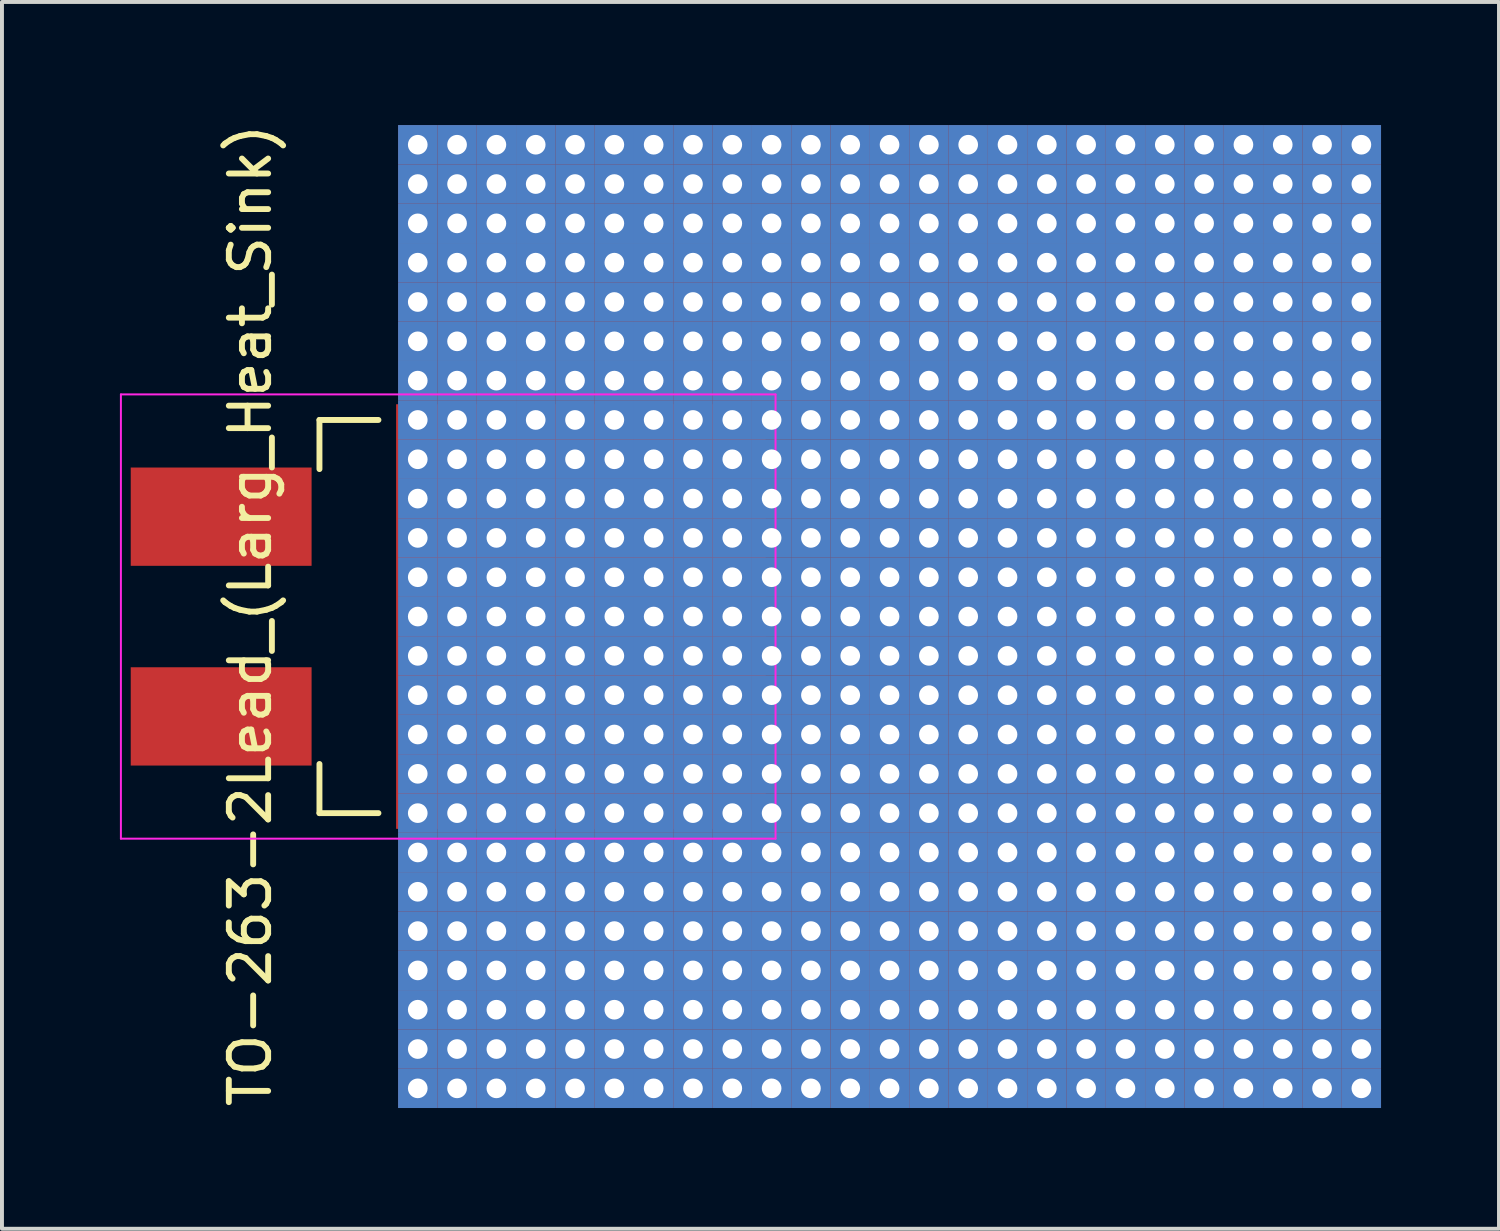
<source format=kicad_pcb>
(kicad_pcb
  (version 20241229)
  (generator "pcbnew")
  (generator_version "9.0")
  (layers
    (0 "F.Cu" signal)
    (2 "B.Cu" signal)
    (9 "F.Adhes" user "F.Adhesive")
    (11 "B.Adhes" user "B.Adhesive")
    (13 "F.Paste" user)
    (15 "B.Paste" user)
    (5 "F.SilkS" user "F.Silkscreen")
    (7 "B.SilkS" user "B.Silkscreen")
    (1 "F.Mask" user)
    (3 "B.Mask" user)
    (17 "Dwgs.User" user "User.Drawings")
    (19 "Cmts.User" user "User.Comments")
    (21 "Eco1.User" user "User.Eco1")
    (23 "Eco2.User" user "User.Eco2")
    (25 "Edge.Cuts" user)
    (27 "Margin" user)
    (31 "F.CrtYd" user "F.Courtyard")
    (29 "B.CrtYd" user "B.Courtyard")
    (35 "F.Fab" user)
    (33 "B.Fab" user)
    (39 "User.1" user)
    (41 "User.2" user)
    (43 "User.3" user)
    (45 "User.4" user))
  (footprint "TO-263-2Lead_(Larg_Heat_Sink)"
    (layer "F.Cu")
    (at 2.575 12.631)
    (property "Reference" "TO-263-2Lead_(Larg_Heat_Sink)" (at 0.74 -0.03 90) (layer "F.SilkS") (effects (font (size 1 1) (thickness 0.15))))
    (attr smd)
    (fp_line (start 2.5 -5) (end 2.5 -3.75) (stroke (width 0.15) (type solid)) (layer "F.SilkS"))
    (fp_line (start 2.5 -5) (end 4 -5) (stroke (width 0.15) (type solid)) (layer "F.SilkS"))
    (fp_line (start 2.5 5) (end 2.5 3.75) (stroke (width 0.15) (type solid)) (layer "F.SilkS"))
    (fp_line (start 2.5 5) (end 4 5) (stroke (width 0.15) (type solid)) (layer "F.SilkS"))
    (fp_line (start -2.55 -5.65) (end -2.55 5.65) (stroke (width 0.05) (type solid)) (layer "F.CrtYd"))
    (fp_line (start 14.1 -5.65) (end -2.55 -5.65) (stroke (width 0.05) (type solid)) (layer "F.CrtYd"))
    (fp_line (start 14.1 -5.65) (end 14.1 5.65) (stroke (width 0.05) (type solid)) (layer "F.CrtYd"))
    (fp_line (start 14.1 5.65) (end -2.55 5.65) (stroke (width 0.05) (type solid)) (layer "F.CrtYd"))
    (pad "1" smd rect (at 0 -2.54) (size 4.6 2.5) (layers "F.Cu" "F.Mask" "F.Paste"))
    (pad "3" smd rect (at 0 2.54) (size 4.6 2.5) (layers "F.Cu" "F.Mask" "F.Paste"))
    (pad "4" thru_hole rect (at 5 -12) (size 1 1) (drill 0.5) (layers "*.Cu" "*.Mask"))
    (pad "4" thru_hole rect (at 5 -11) (size 1 1) (drill 0.5) (layers "*.Cu" "*.Mask"))
    (pad "4" thru_hole rect (at 5 -10) (size 1 1) (drill 0.5) (layers "*.Cu" "*.Mask"))
    (pad "4" thru_hole rect (at 5 -9) (size 1 1) (drill 0.5) (layers "*.Cu" "*.Mask"))
    (pad "4" thru_hole rect (at 5 -8) (size 1 1) (drill 0.5) (layers "*.Cu" "*.Mask"))
    (pad "4" thru_hole rect (at 5 -7) (size 1 1) (drill 0.5) (layers "*.Cu" "*.Mask"))
    (pad "4" thru_hole rect (at 5 -6) (size 1 1) (drill 0.5) (layers "*.Cu" "*.Mask"))
    (pad "4" thru_hole rect (at 5 -5) (size 1 1) (drill 0.5) (layers "*.Cu" "*.Mask"))
    (pad "4" thru_hole rect (at 5 -4) (size 1 1) (drill 0.5) (layers "*.Cu" "*.Mask"))
    (pad "4" thru_hole rect (at 5 -3) (size 1 1) (drill 0.5) (layers "*.Cu" "*.Mask"))
    (pad "4" thru_hole rect (at 5 -2) (size 1 1) (drill 0.5) (layers "*.Cu" "*.Mask"))
    (pad "4" thru_hole rect (at 5 -1) (size 1 1) (drill 0.5) (layers "*.Cu" "*.Mask"))
    (pad "4" thru_hole rect (at 5 0) (size 1 1) (drill 0.5) (layers "*.Cu" "*.Mask"))
    (pad "4" thru_hole rect (at 5 1) (size 1 1) (drill 0.5) (layers "*.Cu" "*.Mask"))
    (pad "4" thru_hole rect (at 5 2) (size 1 1) (drill 0.5) (layers "*.Cu" "*.Mask"))
    (pad "4" thru_hole rect (at 5 3) (size 1 1) (drill 0.5) (layers "*.Cu" "*.Mask"))
    (pad "4" thru_hole rect (at 5 4) (size 1 1) (drill 0.5) (layers "*.Cu" "*.Mask"))
    (pad "4" thru_hole rect (at 5 5) (size 1 1) (drill 0.5) (layers "*.Cu" "*.Mask"))
    (pad "4" thru_hole rect (at 5 6) (size 1 1) (drill 0.5) (layers "*.Cu" "*.Mask"))
    (pad "4" thru_hole rect (at 5 7) (size 1 1) (drill 0.5) (layers "*.Cu" "*.Mask"))
    (pad "4" thru_hole rect (at 5 8) (size 1 1) (drill 0.5) (layers "*.Cu" "*.Mask"))
    (pad "4" thru_hole rect (at 5 9) (size 1 1) (drill 0.5) (layers "*.Cu" "*.Mask"))
    (pad "4" thru_hole rect (at 5 10) (size 1 1) (drill 0.5) (layers "*.Cu" "*.Mask"))
    (pad "4" thru_hole rect (at 5 11) (size 1 1) (drill 0.5) (layers "*.Cu" "*.Mask"))
    (pad "4" thru_hole rect (at 5 12) (size 1 1) (drill 0.5) (layers "*.Cu" "*.Mask"))
    (pad "4" thru_hole rect (at 6 -12) (size 1 1) (drill 0.5) (layers "*.Cu" "*.Mask"))
    (pad "4" thru_hole rect (at 6 -11) (size 1 1) (drill 0.5) (layers "*.Cu" "*.Mask"))
    (pad "4" thru_hole rect (at 6 -10) (size 1 1) (drill 0.5) (layers "*.Cu" "*.Mask"))
    (pad "4" thru_hole rect (at 6 -9) (size 1 1) (drill 0.5) (layers "*.Cu" "*.Mask"))
    (pad "4" thru_hole rect (at 6 -8) (size 1 1) (drill 0.5) (layers "*.Cu" "*.Mask"))
    (pad "4" thru_hole rect (at 6 -7) (size 1 1) (drill 0.5) (layers "*.Cu" "*.Mask"))
    (pad "4" thru_hole rect (at 6 -6) (size 1 1) (drill 0.5) (layers "*.Cu" "*.Mask"))
    (pad "4" thru_hole rect (at 6 -5) (size 1 1) (drill 0.5) (layers "*.Cu" "*.Mask"))
    (pad "4" thru_hole rect (at 6 -4) (size 1 1) (drill 0.5) (layers "*.Cu" "*.Mask"))
    (pad "4" thru_hole rect (at 6 -3) (size 1 1) (drill 0.5) (layers "*.Cu" "*.Mask"))
    (pad "4" thru_hole rect (at 6 -2) (size 1 1) (drill 0.5) (layers "*.Cu" "*.Mask"))
    (pad "4" thru_hole rect (at 6 -1) (size 1 1) (drill 0.5) (layers "*.Cu" "*.Mask"))
    (pad "4" thru_hole rect (at 6 0) (size 1 1) (drill 0.5) (layers "*.Cu" "*.Mask"))
    (pad "4" thru_hole rect (at 6 1) (size 1 1) (drill 0.5) (layers "*.Cu" "*.Mask"))
    (pad "4" thru_hole rect (at 6 2) (size 1 1) (drill 0.5) (layers "*.Cu" "*.Mask"))
    (pad "4" thru_hole rect (at 6 3) (size 1 1) (drill 0.5) (layers "*.Cu" "*.Mask"))
    (pad "4" thru_hole rect (at 6 4) (size 1 1) (drill 0.5) (layers "*.Cu" "*.Mask"))
    (pad "4" thru_hole rect (at 6 5) (size 1 1) (drill 0.5) (layers "*.Cu" "*.Mask"))
    (pad "4" thru_hole rect (at 6 6) (size 1 1) (drill 0.5) (layers "*.Cu" "*.Mask"))
    (pad "4" thru_hole rect (at 6 7) (size 1 1) (drill 0.5) (layers "*.Cu" "*.Mask"))
    (pad "4" thru_hole rect (at 6 8) (size 1 1) (drill 0.5) (layers "*.Cu" "*.Mask"))
    (pad "4" thru_hole rect (at 6 9) (size 1 1) (drill 0.5) (layers "*.Cu" "*.Mask"))
    (pad "4" thru_hole rect (at 6 10) (size 1 1) (drill 0.5) (layers "*.Cu" "*.Mask"))
    (pad "4" thru_hole rect (at 6 11) (size 1 1) (drill 0.5) (layers "*.Cu" "*.Mask"))
    (pad "4" thru_hole rect (at 6 12) (size 1 1) (drill 0.5) (layers "*.Cu" "*.Mask"))
    (pad "4" thru_hole rect (at 7 -12) (size 1 1) (drill 0.5) (layers "*.Cu" "*.Mask"))
    (pad "4" thru_hole rect (at 7 -11) (size 1 1) (drill 0.5) (layers "*.Cu" "*.Mask"))
    (pad "4" thru_hole rect (at 7 -10) (size 1 1) (drill 0.5) (layers "*.Cu" "*.Mask"))
    (pad "4" thru_hole rect (at 7 -9) (size 1 1) (drill 0.5) (layers "*.Cu" "*.Mask"))
    (pad "4" thru_hole rect (at 7 -8) (size 1 1) (drill 0.5) (layers "*.Cu" "*.Mask"))
    (pad "4" thru_hole rect (at 7 -7) (size 1 1) (drill 0.5) (layers "*.Cu" "*.Mask"))
    (pad "4" thru_hole rect (at 7 -6) (size 1 1) (drill 0.5) (layers "*.Cu" "*.Mask"))
    (pad "4" thru_hole rect (at 7 -5) (size 1 1) (drill 0.5) (layers "*.Cu" "*.Mask"))
    (pad "4" thru_hole rect (at 7 -4) (size 1 1) (drill 0.5) (layers "*.Cu" "*.Mask"))
    (pad "4" thru_hole rect (at 7 -3) (size 1 1) (drill 0.5) (layers "*.Cu" "*.Mask"))
    (pad "4" thru_hole rect (at 7 -2) (size 1 1) (drill 0.5) (layers "*.Cu" "*.Mask"))
    (pad "4" thru_hole rect (at 7 -1) (size 1 1) (drill 0.5) (layers "*.Cu" "*.Mask"))
    (pad "4" thru_hole rect (at 7 0) (size 1 1) (drill 0.5) (layers "*.Cu" "*.Mask"))
    (pad "4" thru_hole rect (at 7 1) (size 1 1) (drill 0.5) (layers "*.Cu" "*.Mask"))
    (pad "4" thru_hole rect (at 7 2) (size 1 1) (drill 0.5) (layers "*.Cu" "*.Mask"))
    (pad "4" thru_hole rect (at 7 3) (size 1 1) (drill 0.5) (layers "*.Cu" "*.Mask"))
    (pad "4" thru_hole rect (at 7 4) (size 1 1) (drill 0.5) (layers "*.Cu" "*.Mask"))
    (pad "4" thru_hole rect (at 7 5) (size 1 1) (drill 0.5) (layers "*.Cu" "*.Mask"))
    (pad "4" thru_hole rect (at 7 6) (size 1 1) (drill 0.5) (layers "*.Cu" "*.Mask"))
    (pad "4" thru_hole rect (at 7 7) (size 1 1) (drill 0.5) (layers "*.Cu" "*.Mask"))
    (pad "4" thru_hole rect (at 7 8) (size 1 1) (drill 0.5) (layers "*.Cu" "*.Mask"))
    (pad "4" thru_hole rect (at 7 9) (size 1 1) (drill 0.5) (layers "*.Cu" "*.Mask"))
    (pad "4" thru_hole rect (at 7 10) (size 1 1) (drill 0.5) (layers "*.Cu" "*.Mask"))
    (pad "4" thru_hole rect (at 7 11) (size 1 1) (drill 0.5) (layers "*.Cu" "*.Mask"))
    (pad "4" thru_hole rect (at 7 12) (size 1 1) (drill 0.5) (layers "*.Cu" "*.Mask"))
    (pad "4" thru_hole rect (at 8 -12) (size 1 1) (drill 0.5) (layers "*.Cu" "*.Mask"))
    (pad "4" thru_hole rect (at 8 -11) (size 1 1) (drill 0.5) (layers "*.Cu" "*.Mask"))
    (pad "4" thru_hole rect (at 8 -10) (size 1 1) (drill 0.5) (layers "*.Cu" "*.Mask"))
    (pad "4" thru_hole rect (at 8 -9) (size 1 1) (drill 0.5) (layers "*.Cu" "*.Mask"))
    (pad "4" thru_hole rect (at 8 -8) (size 1 1) (drill 0.5) (layers "*.Cu" "*.Mask"))
    (pad "4" thru_hole rect (at 8 -7) (size 1 1) (drill 0.5) (layers "*.Cu" "*.Mask"))
    (pad "4" thru_hole rect (at 8 -6) (size 1 1) (drill 0.5) (layers "*.Cu" "*.Mask"))
    (pad "4" thru_hole rect (at 8 -5) (size 1 1) (drill 0.5) (layers "*.Cu" "*.Mask"))
    (pad "4" thru_hole rect (at 8 -4) (size 1 1) (drill 0.5) (layers "*.Cu" "*.Mask"))
    (pad "4" thru_hole rect (at 8 -3) (size 1 1) (drill 0.5) (layers "*.Cu" "*.Mask"))
    (pad "4" thru_hole rect (at 8 -2) (size 1 1) (drill 0.5) (layers "*.Cu" "*.Mask"))
    (pad "4" thru_hole rect (at 8 -1) (size 1 1) (drill 0.5) (layers "*.Cu" "*.Mask"))
    (pad "4" thru_hole rect (at 8 0) (size 1 1) (drill 0.5) (layers "*.Cu" "*.Mask"))
    (pad "4" thru_hole rect (at 8 1) (size 1 1) (drill 0.5) (layers "*.Cu" "*.Mask"))
    (pad "4" thru_hole rect (at 8 2) (size 1 1) (drill 0.5) (layers "*.Cu" "*.Mask"))
    (pad "4" thru_hole rect (at 8 3) (size 1 1) (drill 0.5) (layers "*.Cu" "*.Mask"))
    (pad "4" thru_hole rect (at 8 4) (size 1 1) (drill 0.5) (layers "*.Cu" "*.Mask"))
    (pad "4" thru_hole rect (at 8 5) (size 1 1) (drill 0.5) (layers "*.Cu" "*.Mask"))
    (pad "4" thru_hole rect (at 8 6) (size 1 1) (drill 0.5) (layers "*.Cu" "*.Mask"))
    (pad "4" thru_hole rect (at 8 7) (size 1 1) (drill 0.5) (layers "*.Cu" "*.Mask"))
    (pad "4" thru_hole rect (at 8 8) (size 1 1) (drill 0.5) (layers "*.Cu" "*.Mask"))
    (pad "4" thru_hole rect (at 8 9) (size 1 1) (drill 0.5) (layers "*.Cu" "*.Mask"))
    (pad "4" thru_hole rect (at 8 10) (size 1 1) (drill 0.5) (layers "*.Cu" "*.Mask"))
    (pad "4" thru_hole rect (at 8 11) (size 1 1) (drill 0.5) (layers "*.Cu" "*.Mask"))
    (pad "4" thru_hole rect (at 8 12) (size 1 1) (drill 0.5) (layers "*.Cu" "*.Mask"))
    (pad "4" thru_hole rect (at 9 -12) (size 1 1) (drill 0.5) (layers "*.Cu" "*.Mask"))
    (pad "4" thru_hole rect (at 9 -11) (size 1 1) (drill 0.5) (layers "*.Cu" "*.Mask"))
    (pad "4" thru_hole rect (at 9 -10) (size 1 1) (drill 0.5) (layers "*.Cu" "*.Mask"))
    (pad "4" thru_hole rect (at 9 -9) (size 1 1) (drill 0.5) (layers "*.Cu" "*.Mask"))
    (pad "4" thru_hole rect (at 9 -8) (size 1 1) (drill 0.5) (layers "*.Cu" "*.Mask"))
    (pad "4" thru_hole rect (at 9 -7) (size 1 1) (drill 0.5) (layers "*.Cu" "*.Mask"))
    (pad "4" thru_hole rect (at 9 -6) (size 1 1) (drill 0.5) (layers "*.Cu" "*.Mask"))
    (pad "4" thru_hole rect (at 9 -5) (size 1 1) (drill 0.5) (layers "*.Cu" "*.Mask"))
    (pad "4" thru_hole rect (at 9 -4) (size 1 1) (drill 0.5) (layers "*.Cu" "*.Mask"))
    (pad "4" thru_hole rect (at 9 -3) (size 1 1) (drill 0.5) (layers "*.Cu" "*.Mask"))
    (pad "4" thru_hole rect (at 9 -2) (size 1 1) (drill 0.5) (layers "*.Cu" "*.Mask"))
    (pad "4" thru_hole rect (at 9 -1) (size 1 1) (drill 0.5) (layers "*.Cu" "*.Mask"))
    (pad "4" thru_hole rect (at 9 0) (size 1 1) (drill 0.5) (layers "*.Cu" "*.Mask"))
    (pad "4" thru_hole rect (at 9 1) (size 1 1) (drill 0.5) (layers "*.Cu" "*.Mask"))
    (pad "4" thru_hole rect (at 9 2) (size 1 1) (drill 0.5) (layers "*.Cu" "*.Mask"))
    (pad "4" thru_hole rect (at 9 3) (size 1 1) (drill 0.5) (layers "*.Cu" "*.Mask"))
    (pad "4" thru_hole rect (at 9 4) (size 1 1) (drill 0.5) (layers "*.Cu" "*.Mask"))
    (pad "4" thru_hole rect (at 9 5) (size 1 1) (drill 0.5) (layers "*.Cu" "*.Mask"))
    (pad "4" thru_hole rect (at 9 6) (size 1 1) (drill 0.5) (layers "*.Cu" "*.Mask"))
    (pad "4" thru_hole rect (at 9 7) (size 1 1) (drill 0.5) (layers "*.Cu" "*.Mask"))
    (pad "4" thru_hole rect (at 9 8) (size 1 1) (drill 0.5) (layers "*.Cu" "*.Mask"))
    (pad "4" thru_hole rect (at 9 9) (size 1 1) (drill 0.5) (layers "*.Cu" "*.Mask"))
    (pad "4" thru_hole rect (at 9 10) (size 1 1) (drill 0.5) (layers "*.Cu" "*.Mask"))
    (pad "4" thru_hole rect (at 9 11) (size 1 1) (drill 0.5) (layers "*.Cu" "*.Mask"))
    (pad "4" thru_hole rect (at 9 12) (size 1 1) (drill 0.5) (layers "*.Cu" "*.Mask"))
    (pad "4" smd rect (at 9.15 0) (size 9.4 10.8) (layers "F.Cu" "F.Mask" "F.Paste"))
    (pad "4" thru_hole rect (at 10 -12) (size 1 1) (drill 0.5) (layers "*.Cu" "*.Mask"))
    (pad "4" thru_hole rect (at 10 -11) (size 1 1) (drill 0.5) (layers "*.Cu" "*.Mask"))
    (pad "4" thru_hole rect (at 10 -10) (size 1 1) (drill 0.5) (layers "*.Cu" "*.Mask"))
    (pad "4" thru_hole rect (at 10 -9) (size 1 1) (drill 0.5) (layers "*.Cu" "*.Mask"))
    (pad "4" thru_hole rect (at 10 -8) (size 1 1) (drill 0.5) (layers "*.Cu" "*.Mask"))
    (pad "4" thru_hole rect (at 10 -7) (size 1 1) (drill 0.5) (layers "*.Cu" "*.Mask"))
    (pad "4" thru_hole rect (at 10 -6) (size 1 1) (drill 0.5) (layers "*.Cu" "*.Mask"))
    (pad "4" thru_hole rect (at 10 -5) (size 1 1) (drill 0.5) (layers "*.Cu" "*.Mask"))
    (pad "4" thru_hole rect (at 10 -4) (size 1 1) (drill 0.5) (layers "*.Cu" "*.Mask"))
    (pad "4" thru_hole rect (at 10 -3) (size 1 1) (drill 0.5) (layers "*.Cu" "*.Mask"))
    (pad "4" thru_hole rect (at 10 -2) (size 1 1) (drill 0.5) (layers "*.Cu" "*.Mask"))
    (pad "4" thru_hole rect (at 10 -1) (size 1 1) (drill 0.5) (layers "*.Cu" "*.Mask"))
    (pad "4" thru_hole rect (at 10 0) (size 1 1) (drill 0.5) (layers "*.Cu" "*.Mask"))
    (pad "4" thru_hole rect (at 10 1) (size 1 1) (drill 0.5) (layers "*.Cu" "*.Mask"))
    (pad "4" thru_hole rect (at 10 2) (size 1 1) (drill 0.5) (layers "*.Cu" "*.Mask"))
    (pad "4" thru_hole rect (at 10 3) (size 1 1) (drill 0.5) (layers "*.Cu" "*.Mask"))
    (pad "4" thru_hole rect (at 10 4) (size 1 1) (drill 0.5) (layers "*.Cu" "*.Mask"))
    (pad "4" thru_hole rect (at 10 5) (size 1 1) (drill 0.5) (layers "*.Cu" "*.Mask"))
    (pad "4" thru_hole rect (at 10 6) (size 1 1) (drill 0.5) (layers "*.Cu" "*.Mask"))
    (pad "4" thru_hole rect (at 10 7) (size 1 1) (drill 0.5) (layers "*.Cu" "*.Mask"))
    (pad "4" thru_hole rect (at 10 8) (size 1 1) (drill 0.5) (layers "*.Cu" "*.Mask"))
    (pad "4" thru_hole rect (at 10 9) (size 1 1) (drill 0.5) (layers "*.Cu" "*.Mask"))
    (pad "4" thru_hole rect (at 10 10) (size 1 1) (drill 0.5) (layers "*.Cu" "*.Mask"))
    (pad "4" thru_hole rect (at 10 11) (size 1 1) (drill 0.5) (layers "*.Cu" "*.Mask"))
    (pad "4" thru_hole rect (at 10 12) (size 1 1) (drill 0.5) (layers "*.Cu" "*.Mask"))
    (pad "4" thru_hole rect (at 11 -12) (size 1 1) (drill 0.5) (layers "*.Cu" "*.Mask"))
    (pad "4" thru_hole rect (at 11 -11) (size 1 1) (drill 0.5) (layers "*.Cu" "*.Mask"))
    (pad "4" thru_hole rect (at 11 -10) (size 1 1) (drill 0.5) (layers "*.Cu" "*.Mask"))
    (pad "4" thru_hole rect (at 11 -9) (size 1 1) (drill 0.5) (layers "*.Cu" "*.Mask"))
    (pad "4" thru_hole rect (at 11 -8) (size 1 1) (drill 0.5) (layers "*.Cu" "*.Mask"))
    (pad "4" thru_hole rect (at 11 -7) (size 1 1) (drill 0.5) (layers "*.Cu" "*.Mask"))
    (pad "4" thru_hole rect (at 11 -6) (size 1 1) (drill 0.5) (layers "*.Cu" "*.Mask"))
    (pad "4" thru_hole rect (at 11 -5) (size 1 1) (drill 0.5) (layers "*.Cu" "*.Mask"))
    (pad "4" thru_hole rect (at 11 -4) (size 1 1) (drill 0.5) (layers "*.Cu" "*.Mask"))
    (pad "4" thru_hole rect (at 11 -3) (size 1 1) (drill 0.5) (layers "*.Cu" "*.Mask"))
    (pad "4" thru_hole rect (at 11 -2) (size 1 1) (drill 0.5) (layers "*.Cu" "*.Mask"))
    (pad "4" thru_hole rect (at 11 -1) (size 1 1) (drill 0.5) (layers "*.Cu" "*.Mask"))
    (pad "4" thru_hole rect (at 11 0) (size 1 1) (drill 0.5) (layers "*.Cu" "*.Mask"))
    (pad "4" thru_hole rect (at 11 1) (size 1 1) (drill 0.5) (layers "*.Cu" "*.Mask"))
    (pad "4" thru_hole rect (at 11 2) (size 1 1) (drill 0.5) (layers "*.Cu" "*.Mask"))
    (pad "4" thru_hole rect (at 11 3) (size 1 1) (drill 0.5) (layers "*.Cu" "*.Mask"))
    (pad "4" thru_hole rect (at 11 4) (size 1 1) (drill 0.5) (layers "*.Cu" "*.Mask"))
    (pad "4" thru_hole rect (at 11 5) (size 1 1) (drill 0.5) (layers "*.Cu" "*.Mask"))
    (pad "4" thru_hole rect (at 11 6) (size 1 1) (drill 0.5) (layers "*.Cu" "*.Mask"))
    (pad "4" thru_hole rect (at 11 7) (size 1 1) (drill 0.5) (layers "*.Cu" "*.Mask"))
    (pad "4" thru_hole rect (at 11 8) (size 1 1) (drill 0.5) (layers "*.Cu" "*.Mask"))
    (pad "4" thru_hole rect (at 11 9) (size 1 1) (drill 0.5) (layers "*.Cu" "*.Mask"))
    (pad "4" thru_hole rect (at 11 10) (size 1 1) (drill 0.5) (layers "*.Cu" "*.Mask"))
    (pad "4" thru_hole rect (at 11 11) (size 1 1) (drill 0.5) (layers "*.Cu" "*.Mask"))
    (pad "4" thru_hole rect (at 11 12) (size 1 1) (drill 0.5) (layers "*.Cu" "*.Mask"))
    (pad "4" thru_hole rect (at 12 -12) (size 1 1) (drill 0.5) (layers "*.Cu" "*.Mask"))
    (pad "4" thru_hole rect (at 12 -11) (size 1 1) (drill 0.5) (layers "*.Cu" "*.Mask"))
    (pad "4" thru_hole rect (at 12 -10) (size 1 1) (drill 0.5) (layers "*.Cu" "*.Mask"))
    (pad "4" thru_hole rect (at 12 -9) (size 1 1) (drill 0.5) (layers "*.Cu" "*.Mask"))
    (pad "4" thru_hole rect (at 12 -8) (size 1 1) (drill 0.5) (layers "*.Cu" "*.Mask"))
    (pad "4" thru_hole rect (at 12 -7) (size 1 1) (drill 0.5) (layers "*.Cu" "*.Mask"))
    (pad "4" thru_hole rect (at 12 -6) (size 1 1) (drill 0.5) (layers "*.Cu" "*.Mask"))
    (pad "4" thru_hole rect (at 12 -5) (size 1 1) (drill 0.5) (layers "*.Cu" "*.Mask"))
    (pad "4" thru_hole rect (at 12 -4) (size 1 1) (drill 0.5) (layers "*.Cu" "*.Mask"))
    (pad "4" thru_hole rect (at 12 -3) (size 1 1) (drill 0.5) (layers "*.Cu" "*.Mask"))
    (pad "4" thru_hole rect (at 12 -2) (size 1 1) (drill 0.5) (layers "*.Cu" "*.Mask"))
    (pad "4" thru_hole rect (at 12 -1) (size 1 1) (drill 0.5) (layers "*.Cu" "*.Mask"))
    (pad "4" thru_hole rect (at 12 0) (size 1 1) (drill 0.5) (layers "*.Cu" "*.Mask"))
    (pad "4" thru_hole rect (at 12 1) (size 1 1) (drill 0.5) (layers "*.Cu" "*.Mask"))
    (pad "4" thru_hole rect (at 12 2) (size 1 1) (drill 0.5) (layers "*.Cu" "*.Mask"))
    (pad "4" thru_hole rect (at 12 3) (size 1 1) (drill 0.5) (layers "*.Cu" "*.Mask"))
    (pad "4" thru_hole rect (at 12 4) (size 1 1) (drill 0.5) (layers "*.Cu" "*.Mask"))
    (pad "4" thru_hole rect (at 12 5) (size 1 1) (drill 0.5) (layers "*.Cu" "*.Mask"))
    (pad "4" thru_hole rect (at 12 6) (size 1 1) (drill 0.5) (layers "*.Cu" "*.Mask"))
    (pad "4" thru_hole rect (at 12 7) (size 1 1) (drill 0.5) (layers "*.Cu" "*.Mask"))
    (pad "4" thru_hole rect (at 12 8) (size 1 1) (drill 0.5) (layers "*.Cu" "*.Mask"))
    (pad "4" thru_hole rect (at 12 9) (size 1 1) (drill 0.5) (layers "*.Cu" "*.Mask"))
    (pad "4" thru_hole rect (at 12 10) (size 1 1) (drill 0.5) (layers "*.Cu" "*.Mask"))
    (pad "4" thru_hole rect (at 12 11) (size 1 1) (drill 0.5) (layers "*.Cu" "*.Mask"))
    (pad "4" thru_hole rect (at 12 12) (size 1 1) (drill 0.5) (layers "*.Cu" "*.Mask"))
    (pad "4" thru_hole rect (at 13 -12) (size 1 1) (drill 0.5) (layers "*.Cu" "*.Mask"))
    (pad "4" thru_hole rect (at 13 -11) (size 1 1) (drill 0.5) (layers "*.Cu" "*.Mask"))
    (pad "4" thru_hole rect (at 13 -10) (size 1 1) (drill 0.5) (layers "*.Cu" "*.Mask"))
    (pad "4" thru_hole rect (at 13 -9) (size 1 1) (drill 0.5) (layers "*.Cu" "*.Mask"))
    (pad "4" thru_hole rect (at 13 -8) (size 1 1) (drill 0.5) (layers "*.Cu" "*.Mask"))
    (pad "4" thru_hole rect (at 13 -7) (size 1 1) (drill 0.5) (layers "*.Cu" "*.Mask"))
    (pad "4" thru_hole rect (at 13 -6) (size 1 1) (drill 0.5) (layers "*.Cu" "*.Mask"))
    (pad "4" thru_hole rect (at 13 -5) (size 1 1) (drill 0.5) (layers "*.Cu" "*.Mask"))
    (pad "4" thru_hole rect (at 13 -4) (size 1 1) (drill 0.5) (layers "*.Cu" "*.Mask"))
    (pad "4" thru_hole rect (at 13 -3) (size 1 1) (drill 0.5) (layers "*.Cu" "*.Mask"))
    (pad "4" thru_hole rect (at 13 -2) (size 1 1) (drill 0.5) (layers "*.Cu" "*.Mask"))
    (pad "4" thru_hole rect (at 13 -1) (size 1 1) (drill 0.5) (layers "*.Cu" "*.Mask"))
    (pad "4" thru_hole rect (at 13 0) (size 1 1) (drill 0.5) (layers "*.Cu" "*.Mask"))
    (pad "4" thru_hole rect (at 13 1) (size 1 1) (drill 0.5) (layers "*.Cu" "*.Mask"))
    (pad "4" thru_hole rect (at 13 2) (size 1 1) (drill 0.5) (layers "*.Cu" "*.Mask"))
    (pad "4" thru_hole rect (at 13 3) (size 1 1) (drill 0.5) (layers "*.Cu" "*.Mask"))
    (pad "4" thru_hole rect (at 13 4) (size 1 1) (drill 0.5) (layers "*.Cu" "*.Mask"))
    (pad "4" thru_hole rect (at 13 5) (size 1 1) (drill 0.5) (layers "*.Cu" "*.Mask"))
    (pad "4" thru_hole rect (at 13 6) (size 1 1) (drill 0.5) (layers "*.Cu" "*.Mask"))
    (pad "4" thru_hole rect (at 13 7) (size 1 1) (drill 0.5) (layers "*.Cu" "*.Mask"))
    (pad "4" thru_hole rect (at 13 8) (size 1 1) (drill 0.5) (layers "*.Cu" "*.Mask"))
    (pad "4" thru_hole rect (at 13 9) (size 1 1) (drill 0.5) (layers "*.Cu" "*.Mask"))
    (pad "4" thru_hole rect (at 13 10) (size 1 1) (drill 0.5) (layers "*.Cu" "*.Mask"))
    (pad "4" thru_hole rect (at 13 11) (size 1 1) (drill 0.5) (layers "*.Cu" "*.Mask"))
    (pad "4" thru_hole rect (at 13 12) (size 1 1) (drill 0.5) (layers "*.Cu" "*.Mask"))
    (pad "4" thru_hole rect (at 14 -12) (size 1 1) (drill 0.5) (layers "*.Cu" "*.Mask"))
    (pad "4" thru_hole rect (at 14 -11) (size 1 1) (drill 0.5) (layers "*.Cu" "*.Mask"))
    (pad "4" thru_hole rect (at 14 -10) (size 1 1) (drill 0.5) (layers "*.Cu" "*.Mask"))
    (pad "4" thru_hole rect (at 14 -9) (size 1 1) (drill 0.5) (layers "*.Cu" "*.Mask"))
    (pad "4" thru_hole rect (at 14 -8) (size 1 1) (drill 0.5) (layers "*.Cu" "*.Mask"))
    (pad "4" thru_hole rect (at 14 -7) (size 1 1) (drill 0.5) (layers "*.Cu" "*.Mask"))
    (pad "4" thru_hole rect (at 14 -6) (size 1 1) (drill 0.5) (layers "*.Cu" "*.Mask"))
    (pad "4" thru_hole rect (at 14 -5) (size 1 1) (drill 0.5) (layers "*.Cu" "*.Mask"))
    (pad "4" thru_hole rect (at 14 -4) (size 1 1) (drill 0.5) (layers "*.Cu" "*.Mask"))
    (pad "4" thru_hole rect (at 14 -3) (size 1 1) (drill 0.5) (layers "*.Cu" "*.Mask"))
    (pad "4" thru_hole rect (at 14 -2) (size 1 1) (drill 0.5) (layers "*.Cu" "*.Mask"))
    (pad "4" thru_hole rect (at 14 -1) (size 1 1) (drill 0.5) (layers "*.Cu" "*.Mask"))
    (pad "4" thru_hole rect (at 14 0) (size 1 1) (drill 0.5) (layers "*.Cu" "*.Mask"))
    (pad "4" thru_hole rect (at 14 1) (size 1 1) (drill 0.5) (layers "*.Cu" "*.Mask"))
    (pad "4" thru_hole rect (at 14 2) (size 1 1) (drill 0.5) (layers "*.Cu" "*.Mask"))
    (pad "4" thru_hole rect (at 14 3) (size 1 1) (drill 0.5) (layers "*.Cu" "*.Mask"))
    (pad "4" thru_hole rect (at 14 4) (size 1 1) (drill 0.5) (layers "*.Cu" "*.Mask"))
    (pad "4" thru_hole rect (at 14 5) (size 1 1) (drill 0.5) (layers "*.Cu" "*.Mask"))
    (pad "4" thru_hole rect (at 14 6) (size 1 1) (drill 0.5) (layers "*.Cu" "*.Mask"))
    (pad "4" thru_hole rect (at 14 7) (size 1 1) (drill 0.5) (layers "*.Cu" "*.Mask"))
    (pad "4" thru_hole rect (at 14 8) (size 1 1) (drill 0.5) (layers "*.Cu" "*.Mask"))
    (pad "4" thru_hole rect (at 14 9) (size 1 1) (drill 0.5) (layers "*.Cu" "*.Mask"))
    (pad "4" thru_hole rect (at 14 10) (size 1 1) (drill 0.5) (layers "*.Cu" "*.Mask"))
    (pad "4" thru_hole rect (at 14 11) (size 1 1) (drill 0.5) (layers "*.Cu" "*.Mask"))
    (pad "4" thru_hole rect (at 14 12) (size 1 1) (drill 0.5) (layers "*.Cu" "*.Mask"))
    (pad "4" thru_hole rect (at 15 -12) (size 1 1) (drill 0.5) (layers "*.Cu" "*.Mask"))
    (pad "4" thru_hole rect (at 15 -11) (size 1 1) (drill 0.5) (layers "*.Cu" "*.Mask"))
    (pad "4" thru_hole rect (at 15 -10) (size 1 1) (drill 0.5) (layers "*.Cu" "*.Mask"))
    (pad "4" thru_hole rect (at 15 -9) (size 1 1) (drill 0.5) (layers "*.Cu" "*.Mask"))
    (pad "4" thru_hole rect (at 15 -8) (size 1 1) (drill 0.5) (layers "*.Cu" "*.Mask"))
    (pad "4" thru_hole rect (at 15 -7) (size 1 1) (drill 0.5) (layers "*.Cu" "*.Mask"))
    (pad "4" thru_hole rect (at 15 -6) (size 1 1) (drill 0.5) (layers "*.Cu" "*.Mask"))
    (pad "4" thru_hole rect (at 15 -5) (size 1 1) (drill 0.5) (layers "*.Cu" "*.Mask"))
    (pad "4" thru_hole rect (at 15 -4) (size 1 1) (drill 0.5) (layers "*.Cu" "*.Mask"))
    (pad "4" thru_hole rect (at 15 -3) (size 1 1) (drill 0.5) (layers "*.Cu" "*.Mask"))
    (pad "4" thru_hole rect (at 15 -2) (size 1 1) (drill 0.5) (layers "*.Cu" "*.Mask"))
    (pad "4" thru_hole rect (at 15 -1) (size 1 1) (drill 0.5) (layers "*.Cu" "*.Mask"))
    (pad "4" thru_hole rect (at 15 0) (size 1 1) (drill 0.5) (layers "*.Cu" "*.Mask"))
    (pad "4" thru_hole rect (at 15 1) (size 1 1) (drill 0.5) (layers "*.Cu" "*.Mask"))
    (pad "4" thru_hole rect (at 15 2) (size 1 1) (drill 0.5) (layers "*.Cu" "*.Mask"))
    (pad "4" thru_hole rect (at 15 3) (size 1 1) (drill 0.5) (layers "*.Cu" "*.Mask"))
    (pad "4" thru_hole rect (at 15 4) (size 1 1) (drill 0.5) (layers "*.Cu" "*.Mask"))
    (pad "4" thru_hole rect (at 15 5) (size 1 1) (drill 0.5) (layers "*.Cu" "*.Mask"))
    (pad "4" thru_hole rect (at 15 6) (size 1 1) (drill 0.5) (layers "*.Cu" "*.Mask"))
    (pad "4" thru_hole rect (at 15 7) (size 1 1) (drill 0.5) (layers "*.Cu" "*.Mask"))
    (pad "4" thru_hole rect (at 15 8) (size 1 1) (drill 0.5) (layers "*.Cu" "*.Mask"))
    (pad "4" thru_hole rect (at 15 9) (size 1 1) (drill 0.5) (layers "*.Cu" "*.Mask"))
    (pad "4" thru_hole rect (at 15 10) (size 1 1) (drill 0.5) (layers "*.Cu" "*.Mask"))
    (pad "4" thru_hole rect (at 15 11) (size 1 1) (drill 0.5) (layers "*.Cu" "*.Mask"))
    (pad "4" thru_hole rect (at 15 12) (size 1 1) (drill 0.5) (layers "*.Cu" "*.Mask"))
    (pad "4" thru_hole rect (at 16 -12) (size 1 1) (drill 0.5) (layers "*.Cu" "*.Mask"))
    (pad "4" thru_hole rect (at 16 -11) (size 1 1) (drill 0.5) (layers "*.Cu" "*.Mask"))
    (pad "4" thru_hole rect (at 16 -10) (size 1 1) (drill 0.5) (layers "*.Cu" "*.Mask"))
    (pad "4" thru_hole rect (at 16 -9) (size 1 1) (drill 0.5) (layers "*.Cu" "*.Mask"))
    (pad "4" thru_hole rect (at 16 -8) (size 1 1) (drill 0.5) (layers "*.Cu" "*.Mask"))
    (pad "4" thru_hole rect (at 16 -7) (size 1 1) (drill 0.5) (layers "*.Cu" "*.Mask"))
    (pad "4" thru_hole rect (at 16 -6) (size 1 1) (drill 0.5) (layers "*.Cu" "*.Mask"))
    (pad "4" thru_hole rect (at 16 -5) (size 1 1) (drill 0.5) (layers "*.Cu" "*.Mask"))
    (pad "4" thru_hole rect (at 16 -4) (size 1 1) (drill 0.5) (layers "*.Cu" "*.Mask"))
    (pad "4" thru_hole rect (at 16 -3) (size 1 1) (drill 0.5) (layers "*.Cu" "*.Mask"))
    (pad "4" thru_hole rect (at 16 -2) (size 1 1) (drill 0.5) (layers "*.Cu" "*.Mask"))
    (pad "4" thru_hole rect (at 16 -1) (size 1 1) (drill 0.5) (layers "*.Cu" "*.Mask"))
    (pad "4" thru_hole rect (at 16 0) (size 1 1) (drill 0.5) (layers "*.Cu" "*.Mask"))
    (pad "4" thru_hole rect (at 16 1) (size 1 1) (drill 0.5) (layers "*.Cu" "*.Mask"))
    (pad "4" thru_hole rect (at 16 2) (size 1 1) (drill 0.5) (layers "*.Cu" "*.Mask"))
    (pad "4" thru_hole rect (at 16 3) (size 1 1) (drill 0.5) (layers "*.Cu" "*.Mask"))
    (pad "4" thru_hole rect (at 16 4) (size 1 1) (drill 0.5) (layers "*.Cu" "*.Mask"))
    (pad "4" thru_hole rect (at 16 5) (size 1 1) (drill 0.5) (layers "*.Cu" "*.Mask"))
    (pad "4" thru_hole rect (at 16 6) (size 1 1) (drill 0.5) (layers "*.Cu" "*.Mask"))
    (pad "4" thru_hole rect (at 16 7) (size 1 1) (drill 0.5) (layers "*.Cu" "*.Mask"))
    (pad "4" thru_hole rect (at 16 8) (size 1 1) (drill 0.5) (layers "*.Cu" "*.Mask"))
    (pad "4" thru_hole rect (at 16 9) (size 1 1) (drill 0.5) (layers "*.Cu" "*.Mask"))
    (pad "4" thru_hole rect (at 16 10) (size 1 1) (drill 0.5) (layers "*.Cu" "*.Mask"))
    (pad "4" thru_hole rect (at 16 11) (size 1 1) (drill 0.5) (layers "*.Cu" "*.Mask"))
    (pad "4" thru_hole rect (at 16 12) (size 1 1) (drill 0.5) (layers "*.Cu" "*.Mask"))
    (pad "4" thru_hole rect (at 17 -12) (size 1 1) (drill 0.5) (layers "*.Cu" "*.Mask"))
    (pad "4" thru_hole rect (at 17 -11) (size 1 1) (drill 0.5) (layers "*.Cu" "*.Mask"))
    (pad "4" thru_hole rect (at 17 -10) (size 1 1) (drill 0.5) (layers "*.Cu" "*.Mask"))
    (pad "4" thru_hole rect (at 17 -9) (size 1 1) (drill 0.5) (layers "*.Cu" "*.Mask"))
    (pad "4" thru_hole rect (at 17 -8) (size 1 1) (drill 0.5) (layers "*.Cu" "*.Mask"))
    (pad "4" thru_hole rect (at 17 -7) (size 1 1) (drill 0.5) (layers "*.Cu" "*.Mask"))
    (pad "4" thru_hole rect (at 17 -6) (size 1 1) (drill 0.5) (layers "*.Cu" "*.Mask"))
    (pad "4" thru_hole rect (at 17 -5) (size 1 1) (drill 0.5) (layers "*.Cu" "*.Mask"))
    (pad "4" thru_hole rect (at 17 -4) (size 1 1) (drill 0.5) (layers "*.Cu" "*.Mask"))
    (pad "4" thru_hole rect (at 17 -3) (size 1 1) (drill 0.5) (layers "*.Cu" "*.Mask"))
    (pad "4" thru_hole rect (at 17 -2) (size 1 1) (drill 0.5) (layers "*.Cu" "*.Mask"))
    (pad "4" thru_hole rect (at 17 -1) (size 1 1) (drill 0.5) (layers "*.Cu" "*.Mask"))
    (pad "4" thru_hole rect (at 17 0) (size 1 1) (drill 0.5) (layers "*.Cu" "*.Mask"))
    (pad "4" thru_hole rect (at 17 1) (size 1 1) (drill 0.5) (layers "*.Cu" "*.Mask"))
    (pad "4" thru_hole rect (at 17 2) (size 1 1) (drill 0.5) (layers "*.Cu" "*.Mask"))
    (pad "4" thru_hole rect (at 17 3) (size 1 1) (drill 0.5) (layers "*.Cu" "*.Mask"))
    (pad "4" thru_hole rect (at 17 4) (size 1 1) (drill 0.5) (layers "*.Cu" "*.Mask"))
    (pad "4" thru_hole rect (at 17 5) (size 1 1) (drill 0.5) (layers "*.Cu" "*.Mask"))
    (pad "4" thru_hole rect (at 17 6) (size 1 1) (drill 0.5) (layers "*.Cu" "*.Mask"))
    (pad "4" thru_hole rect (at 17 7) (size 1 1) (drill 0.5) (layers "*.Cu" "*.Mask"))
    (pad "4" thru_hole rect (at 17 8) (size 1 1) (drill 0.5) (layers "*.Cu" "*.Mask"))
    (pad "4" thru_hole rect (at 17 9) (size 1 1) (drill 0.5) (layers "*.Cu" "*.Mask"))
    (pad "4" thru_hole rect (at 17 10) (size 1 1) (drill 0.5) (layers "*.Cu" "*.Mask"))
    (pad "4" thru_hole rect (at 17 11) (size 1 1) (drill 0.5) (layers "*.Cu" "*.Mask"))
    (pad "4" thru_hole rect (at 17 12) (size 1 1) (drill 0.5) (layers "*.Cu" "*.Mask"))
    (pad "4" thru_hole rect (at 18 -12) (size 1 1) (drill 0.5) (layers "*.Cu" "*.Mask"))
    (pad "4" thru_hole rect (at 18 -11) (size 1 1) (drill 0.5) (layers "*.Cu" "*.Mask"))
    (pad "4" thru_hole rect (at 18 -10) (size 1 1) (drill 0.5) (layers "*.Cu" "*.Mask"))
    (pad "4" thru_hole rect (at 18 -9) (size 1 1) (drill 0.5) (layers "*.Cu" "*.Mask"))
    (pad "4" thru_hole rect (at 18 -8) (size 1 1) (drill 0.5) (layers "*.Cu" "*.Mask"))
    (pad "4" thru_hole rect (at 18 -7) (size 1 1) (drill 0.5) (layers "*.Cu" "*.Mask"))
    (pad "4" thru_hole rect (at 18 -6) (size 1 1) (drill 0.5) (layers "*.Cu" "*.Mask"))
    (pad "4" thru_hole rect (at 18 -5) (size 1 1) (drill 0.5) (layers "*.Cu" "*.Mask"))
    (pad "4" thru_hole rect (at 18 -4) (size 1 1) (drill 0.5) (layers "*.Cu" "*.Mask"))
    (pad "4" thru_hole rect (at 18 -3) (size 1 1) (drill 0.5) (layers "*.Cu" "*.Mask"))
    (pad "4" thru_hole rect (at 18 -2) (size 1 1) (drill 0.5) (layers "*.Cu" "*.Mask"))
    (pad "4" thru_hole rect (at 18 -1) (size 1 1) (drill 0.5) (layers "*.Cu" "*.Mask"))
    (pad "4" thru_hole rect (at 18 0) (size 1 1) (drill 0.5) (layers "*.Cu" "*.Mask"))
    (pad "4" thru_hole rect (at 18 1) (size 1 1) (drill 0.5) (layers "*.Cu" "*.Mask"))
    (pad "4" thru_hole rect (at 18 2) (size 1 1) (drill 0.5) (layers "*.Cu" "*.Mask"))
    (pad "4" thru_hole rect (at 18 3) (size 1 1) (drill 0.5) (layers "*.Cu" "*.Mask"))
    (pad "4" thru_hole rect (at 18 4) (size 1 1) (drill 0.5) (layers "*.Cu" "*.Mask"))
    (pad "4" thru_hole rect (at 18 5) (size 1 1) (drill 0.5) (layers "*.Cu" "*.Mask"))
    (pad "4" thru_hole rect (at 18 6) (size 1 1) (drill 0.5) (layers "*.Cu" "*.Mask"))
    (pad "4" thru_hole rect (at 18 7) (size 1 1) (drill 0.5) (layers "*.Cu" "*.Mask"))
    (pad "4" thru_hole rect (at 18 8) (size 1 1) (drill 0.5) (layers "*.Cu" "*.Mask"))
    (pad "4" thru_hole rect (at 18 9) (size 1 1) (drill 0.5) (layers "*.Cu" "*.Mask"))
    (pad "4" thru_hole rect (at 18 10) (size 1 1) (drill 0.5) (layers "*.Cu" "*.Mask"))
    (pad "4" thru_hole rect (at 18 11) (size 1 1) (drill 0.5) (layers "*.Cu" "*.Mask"))
    (pad "4" thru_hole rect (at 18 12) (size 1 1) (drill 0.5) (layers "*.Cu" "*.Mask"))
    (pad "4" thru_hole rect (at 19 -12) (size 1 1) (drill 0.5) (layers "*.Cu" "*.Mask"))
    (pad "4" thru_hole rect (at 19 -11) (size 1 1) (drill 0.5) (layers "*.Cu" "*.Mask"))
    (pad "4" thru_hole rect (at 19 -10) (size 1 1) (drill 0.5) (layers "*.Cu" "*.Mask"))
    (pad "4" thru_hole rect (at 19 -9) (size 1 1) (drill 0.5) (layers "*.Cu" "*.Mask"))
    (pad "4" thru_hole rect (at 19 -8) (size 1 1) (drill 0.5) (layers "*.Cu" "*.Mask"))
    (pad "4" thru_hole rect (at 19 -7) (size 1 1) (drill 0.5) (layers "*.Cu" "*.Mask"))
    (pad "4" thru_hole rect (at 19 -6) (size 1 1) (drill 0.5) (layers "*.Cu" "*.Mask"))
    (pad "4" thru_hole rect (at 19 -5) (size 1 1) (drill 0.5) (layers "*.Cu" "*.Mask"))
    (pad "4" thru_hole rect (at 19 -4) (size 1 1) (drill 0.5) (layers "*.Cu" "*.Mask"))
    (pad "4" thru_hole rect (at 19 -3) (size 1 1) (drill 0.5) (layers "*.Cu" "*.Mask"))
    (pad "4" thru_hole rect (at 19 -2) (size 1 1) (drill 0.5) (layers "*.Cu" "*.Mask"))
    (pad "4" thru_hole rect (at 19 -1) (size 1 1) (drill 0.5) (layers "*.Cu" "*.Mask"))
    (pad "4" thru_hole rect (at 19 0) (size 1 1) (drill 0.5) (layers "*.Cu" "*.Mask"))
    (pad "4" thru_hole rect (at 19 1) (size 1 1) (drill 0.5) (layers "*.Cu" "*.Mask"))
    (pad "4" thru_hole rect (at 19 2) (size 1 1) (drill 0.5) (layers "*.Cu" "*.Mask"))
    (pad "4" thru_hole rect (at 19 3) (size 1 1) (drill 0.5) (layers "*.Cu" "*.Mask"))
    (pad "4" thru_hole rect (at 19 4) (size 1 1) (drill 0.5) (layers "*.Cu" "*.Mask"))
    (pad "4" thru_hole rect (at 19 5) (size 1 1) (drill 0.5) (layers "*.Cu" "*.Mask"))
    (pad "4" thru_hole rect (at 19 6) (size 1 1) (drill 0.5) (layers "*.Cu" "*.Mask"))
    (pad "4" thru_hole rect (at 19 7) (size 1 1) (drill 0.5) (layers "*.Cu" "*.Mask"))
    (pad "4" thru_hole rect (at 19 8) (size 1 1) (drill 0.5) (layers "*.Cu" "*.Mask"))
    (pad "4" thru_hole rect (at 19 9) (size 1 1) (drill 0.5) (layers "*.Cu" "*.Mask"))
    (pad "4" thru_hole rect (at 19 10) (size 1 1) (drill 0.5) (layers "*.Cu" "*.Mask"))
    (pad "4" thru_hole rect (at 19 11) (size 1 1) (drill 0.5) (layers "*.Cu" "*.Mask"))
    (pad "4" thru_hole rect (at 19 12) (size 1 1) (drill 0.5) (layers "*.Cu" "*.Mask"))
    (pad "4" thru_hole rect (at 20 -12) (size 1 1) (drill 0.5) (layers "*.Cu" "*.Mask"))
    (pad "4" thru_hole rect (at 20 -11) (size 1 1) (drill 0.5) (layers "*.Cu" "*.Mask"))
    (pad "4" thru_hole rect (at 20 -10) (size 1 1) (drill 0.5) (layers "*.Cu" "*.Mask"))
    (pad "4" thru_hole rect (at 20 -9) (size 1 1) (drill 0.5) (layers "*.Cu" "*.Mask"))
    (pad "4" thru_hole rect (at 20 -8) (size 1 1) (drill 0.5) (layers "*.Cu" "*.Mask"))
    (pad "4" thru_hole rect (at 20 -7) (size 1 1) (drill 0.5) (layers "*.Cu" "*.Mask"))
    (pad "4" thru_hole rect (at 20 -6) (size 1 1) (drill 0.5) (layers "*.Cu" "*.Mask"))
    (pad "4" thru_hole rect (at 20 -5) (size 1 1) (drill 0.5) (layers "*.Cu" "*.Mask"))
    (pad "4" thru_hole rect (at 20 -4) (size 1 1) (drill 0.5) (layers "*.Cu" "*.Mask"))
    (pad "4" thru_hole rect (at 20 -3) (size 1 1) (drill 0.5) (layers "*.Cu" "*.Mask"))
    (pad "4" thru_hole rect (at 20 -2) (size 1 1) (drill 0.5) (layers "*.Cu" "*.Mask"))
    (pad "4" thru_hole rect (at 20 -1) (size 1 1) (drill 0.5) (layers "*.Cu" "*.Mask"))
    (pad "4" thru_hole rect (at 20 0) (size 1 1) (drill 0.5) (layers "*.Cu" "*.Mask"))
    (pad "4" thru_hole rect (at 20 1) (size 1 1) (drill 0.5) (layers "*.Cu" "*.Mask"))
    (pad "4" thru_hole rect (at 20 2) (size 1 1) (drill 0.5) (layers "*.Cu" "*.Mask"))
    (pad "4" thru_hole rect (at 20 3) (size 1 1) (drill 0.5) (layers "*.Cu" "*.Mask"))
    (pad "4" thru_hole rect (at 20 4) (size 1 1) (drill 0.5) (layers "*.Cu" "*.Mask"))
    (pad "4" thru_hole rect (at 20 5) (size 1 1) (drill 0.5) (layers "*.Cu" "*.Mask"))
    (pad "4" thru_hole rect (at 20 6) (size 1 1) (drill 0.5) (layers "*.Cu" "*.Mask"))
    (pad "4" thru_hole rect (at 20 7) (size 1 1) (drill 0.5) (layers "*.Cu" "*.Mask"))
    (pad "4" thru_hole rect (at 20 8) (size 1 1) (drill 0.5) (layers "*.Cu" "*.Mask"))
    (pad "4" thru_hole rect (at 20 9) (size 1 1) (drill 0.5) (layers "*.Cu" "*.Mask"))
    (pad "4" thru_hole rect (at 20 10) (size 1 1) (drill 0.5) (layers "*.Cu" "*.Mask"))
    (pad "4" thru_hole rect (at 20 11) (size 1 1) (drill 0.5) (layers "*.Cu" "*.Mask"))
    (pad "4" thru_hole rect (at 20 12) (size 1 1) (drill 0.5) (layers "*.Cu" "*.Mask"))
    (pad "4" thru_hole rect (at 21 -12) (size 1 1) (drill 0.5) (layers "*.Cu" "*.Mask"))
    (pad "4" thru_hole rect (at 21 -11) (size 1 1) (drill 0.5) (layers "*.Cu" "*.Mask"))
    (pad "4" thru_hole rect (at 21 -10) (size 1 1) (drill 0.5) (layers "*.Cu" "*.Mask"))
    (pad "4" thru_hole rect (at 21 -9) (size 1 1) (drill 0.5) (layers "*.Cu" "*.Mask"))
    (pad "4" thru_hole rect (at 21 -8) (size 1 1) (drill 0.5) (layers "*.Cu" "*.Mask"))
    (pad "4" thru_hole rect (at 21 -7) (size 1 1) (drill 0.5) (layers "*.Cu" "*.Mask"))
    (pad "4" thru_hole rect (at 21 -6) (size 1 1) (drill 0.5) (layers "*.Cu" "*.Mask"))
    (pad "4" thru_hole rect (at 21 -5) (size 1 1) (drill 0.5) (layers "*.Cu" "*.Mask"))
    (pad "4" thru_hole rect (at 21 -4) (size 1 1) (drill 0.5) (layers "*.Cu" "*.Mask"))
    (pad "4" thru_hole rect (at 21 -3) (size 1 1) (drill 0.5) (layers "*.Cu" "*.Mask"))
    (pad "4" thru_hole rect (at 21 -2) (size 1 1) (drill 0.5) (layers "*.Cu" "*.Mask"))
    (pad "4" thru_hole rect (at 21 -1) (size 1 1) (drill 0.5) (layers "*.Cu" "*.Mask"))
    (pad "4" thru_hole rect (at 21 0) (size 1 1) (drill 0.5) (layers "*.Cu" "*.Mask"))
    (pad "4" thru_hole rect (at 21 1) (size 1 1) (drill 0.5) (layers "*.Cu" "*.Mask"))
    (pad "4" thru_hole rect (at 21 2) (size 1 1) (drill 0.5) (layers "*.Cu" "*.Mask"))
    (pad "4" thru_hole rect (at 21 3) (size 1 1) (drill 0.5) (layers "*.Cu" "*.Mask"))
    (pad "4" thru_hole rect (at 21 4) (size 1 1) (drill 0.5) (layers "*.Cu" "*.Mask"))
    (pad "4" thru_hole rect (at 21 5) (size 1 1) (drill 0.5) (layers "*.Cu" "*.Mask"))
    (pad "4" thru_hole rect (at 21 6) (size 1 1) (drill 0.5) (layers "*.Cu" "*.Mask"))
    (pad "4" thru_hole rect (at 21 7) (size 1 1) (drill 0.5) (layers "*.Cu" "*.Mask"))
    (pad "4" thru_hole rect (at 21 8) (size 1 1) (drill 0.5) (layers "*.Cu" "*.Mask"))
    (pad "4" thru_hole rect (at 21 9) (size 1 1) (drill 0.5) (layers "*.Cu" "*.Mask"))
    (pad "4" thru_hole rect (at 21 10) (size 1 1) (drill 0.5) (layers "*.Cu" "*.Mask"))
    (pad "4" thru_hole rect (at 21 11) (size 1 1) (drill 0.5) (layers "*.Cu" "*.Mask"))
    (pad "4" thru_hole rect (at 21 12) (size 1 1) (drill 0.5) (layers "*.Cu" "*.Mask"))
    (pad "4" thru_hole rect (at 22 -12) (size 1 1) (drill 0.5) (layers "*.Cu" "*.Mask"))
    (pad "4" thru_hole rect (at 22 -11) (size 1 1) (drill 0.5) (layers "*.Cu" "*.Mask"))
    (pad "4" thru_hole rect (at 22 -10) (size 1 1) (drill 0.5) (layers "*.Cu" "*.Mask"))
    (pad "4" thru_hole rect (at 22 -9) (size 1 1) (drill 0.5) (layers "*.Cu" "*.Mask"))
    (pad "4" thru_hole rect (at 22 -8) (size 1 1) (drill 0.5) (layers "*.Cu" "*.Mask"))
    (pad "4" thru_hole rect (at 22 -7) (size 1 1) (drill 0.5) (layers "*.Cu" "*.Mask"))
    (pad "4" thru_hole rect (at 22 -6) (size 1 1) (drill 0.5) (layers "*.Cu" "*.Mask"))
    (pad "4" thru_hole rect (at 22 -5) (size 1 1) (drill 0.5) (layers "*.Cu" "*.Mask"))
    (pad "4" thru_hole rect (at 22 -4) (size 1 1) (drill 0.5) (layers "*.Cu" "*.Mask"))
    (pad "4" thru_hole rect (at 22 -3) (size 1 1) (drill 0.5) (layers "*.Cu" "*.Mask"))
    (pad "4" thru_hole rect (at 22 -2) (size 1 1) (drill 0.5) (layers "*.Cu" "*.Mask"))
    (pad "4" thru_hole rect (at 22 -1) (size 1 1) (drill 0.5) (layers "*.Cu" "*.Mask"))
    (pad "4" thru_hole rect (at 22 0) (size 1 1) (drill 0.5) (layers "*.Cu" "*.Mask"))
    (pad "4" thru_hole rect (at 22 1) (size 1 1) (drill 0.5) (layers "*.Cu" "*.Mask"))
    (pad "4" thru_hole rect (at 22 2) (size 1 1) (drill 0.5) (layers "*.Cu" "*.Mask"))
    (pad "4" thru_hole rect (at 22 3) (size 1 1) (drill 0.5) (layers "*.Cu" "*.Mask"))
    (pad "4" thru_hole rect (at 22 4) (size 1 1) (drill 0.5) (layers "*.Cu" "*.Mask"))
    (pad "4" thru_hole rect (at 22 5) (size 1 1) (drill 0.5) (layers "*.Cu" "*.Mask"))
    (pad "4" thru_hole rect (at 22 6) (size 1 1) (drill 0.5) (layers "*.Cu" "*.Mask"))
    (pad "4" thru_hole rect (at 22 7) (size 1 1) (drill 0.5) (layers "*.Cu" "*.Mask"))
    (pad "4" thru_hole rect (at 22 8) (size 1 1) (drill 0.5) (layers "*.Cu" "*.Mask"))
    (pad "4" thru_hole rect (at 22 9) (size 1 1) (drill 0.5) (layers "*.Cu" "*.Mask"))
    (pad "4" thru_hole rect (at 22 10) (size 1 1) (drill 0.5) (layers "*.Cu" "*.Mask"))
    (pad "4" thru_hole rect (at 22 11) (size 1 1) (drill 0.5) (layers "*.Cu" "*.Mask"))
    (pad "4" thru_hole rect (at 22 12) (size 1 1) (drill 0.5) (layers "*.Cu" "*.Mask"))
    (pad "4" thru_hole rect (at 23 -12) (size 1 1) (drill 0.5) (layers "*.Cu" "*.Mask"))
    (pad "4" thru_hole rect (at 23 -11) (size 1 1) (drill 0.5) (layers "*.Cu" "*.Mask"))
    (pad "4" thru_hole rect (at 23 -10) (size 1 1) (drill 0.5) (layers "*.Cu" "*.Mask"))
    (pad "4" thru_hole rect (at 23 -9) (size 1 1) (drill 0.5) (layers "*.Cu" "*.Mask"))
    (pad "4" thru_hole rect (at 23 -8) (size 1 1) (drill 0.5) (layers "*.Cu" "*.Mask"))
    (pad "4" thru_hole rect (at 23 -7) (size 1 1) (drill 0.5) (layers "*.Cu" "*.Mask"))
    (pad "4" thru_hole rect (at 23 -6) (size 1 1) (drill 0.5) (layers "*.Cu" "*.Mask"))
    (pad "4" thru_hole rect (at 23 -5) (size 1 1) (drill 0.5) (layers "*.Cu" "*.Mask"))
    (pad "4" thru_hole rect (at 23 -4) (size 1 1) (drill 0.5) (layers "*.Cu" "*.Mask"))
    (pad "4" thru_hole rect (at 23 -3) (size 1 1) (drill 0.5) (layers "*.Cu" "*.Mask"))
    (pad "4" thru_hole rect (at 23 -2) (size 1 1) (drill 0.5) (layers "*.Cu" "*.Mask"))
    (pad "4" thru_hole rect (at 23 -1) (size 1 1) (drill 0.5) (layers "*.Cu" "*.Mask"))
    (pad "4" thru_hole rect (at 23 0) (size 1 1) (drill 0.5) (layers "*.Cu" "*.Mask"))
    (pad "4" thru_hole rect (at 23 1) (size 1 1) (drill 0.5) (layers "*.Cu" "*.Mask"))
    (pad "4" thru_hole rect (at 23 2) (size 1 1) (drill 0.5) (layers "*.Cu" "*.Mask"))
    (pad "4" thru_hole rect (at 23 3) (size 1 1) (drill 0.5) (layers "*.Cu" "*.Mask"))
    (pad "4" thru_hole rect (at 23 4) (size 1 1) (drill 0.5) (layers "*.Cu" "*.Mask"))
    (pad "4" thru_hole rect (at 23 5) (size 1 1) (drill 0.5) (layers "*.Cu" "*.Mask"))
    (pad "4" thru_hole rect (at 23 6) (size 1 1) (drill 0.5) (layers "*.Cu" "*.Mask"))
    (pad "4" thru_hole rect (at 23 7) (size 1 1) (drill 0.5) (layers "*.Cu" "*.Mask"))
    (pad "4" thru_hole rect (at 23 8) (size 1 1) (drill 0.5) (layers "*.Cu" "*.Mask"))
    (pad "4" thru_hole rect (at 23 9) (size 1 1) (drill 0.5) (layers "*.Cu" "*.Mask"))
    (pad "4" thru_hole rect (at 23 10) (size 1 1) (drill 0.5) (layers "*.Cu" "*.Mask"))
    (pad "4" thru_hole rect (at 23 11) (size 1 1) (drill 0.5) (layers "*.Cu" "*.Mask"))
    (pad "4" thru_hole rect (at 23 12) (size 1 1) (drill 0.5) (layers "*.Cu" "*.Mask"))
    (pad "4" thru_hole rect (at 24 -12) (size 1 1) (drill 0.5) (layers "*.Cu" "*.Mask"))
    (pad "4" thru_hole rect (at 24 -11) (size 1 1) (drill 0.5) (layers "*.Cu" "*.Mask"))
    (pad "4" thru_hole rect (at 24 -10) (size 1 1) (drill 0.5) (layers "*.Cu" "*.Mask"))
    (pad "4" thru_hole rect (at 24 -9) (size 1 1) (drill 0.5) (layers "*.Cu" "*.Mask"))
    (pad "4" thru_hole rect (at 24 -8) (size 1 1) (drill 0.5) (layers "*.Cu" "*.Mask"))
    (pad "4" thru_hole rect (at 24 -7) (size 1 1) (drill 0.5) (layers "*.Cu" "*.Mask"))
    (pad "4" thru_hole rect (at 24 -6) (size 1 1) (drill 0.5) (layers "*.Cu" "*.Mask"))
    (pad "4" thru_hole rect (at 24 -5) (size 1 1) (drill 0.5) (layers "*.Cu" "*.Mask"))
    (pad "4" thru_hole rect (at 24 -4) (size 1 1) (drill 0.5) (layers "*.Cu" "*.Mask"))
    (pad "4" thru_hole rect (at 24 -3) (size 1 1) (drill 0.5) (layers "*.Cu" "*.Mask"))
    (pad "4" thru_hole rect (at 24 -2) (size 1 1) (drill 0.5) (layers "*.Cu" "*.Mask"))
    (pad "4" thru_hole rect (at 24 -1) (size 1 1) (drill 0.5) (layers "*.Cu" "*.Mask"))
    (pad "4" thru_hole rect (at 24 0) (size 1 1) (drill 0.5) (layers "*.Cu" "*.Mask"))
    (pad "4" thru_hole rect (at 24 1) (size 1 1) (drill 0.5) (layers "*.Cu" "*.Mask"))
    (pad "4" thru_hole rect (at 24 2) (size 1 1) (drill 0.5) (layers "*.Cu" "*.Mask"))
    (pad "4" thru_hole rect (at 24 3) (size 1 1) (drill 0.5) (layers "*.Cu" "*.Mask"))
    (pad "4" thru_hole rect (at 24 4) (size 1 1) (drill 0.5) (layers "*.Cu" "*.Mask"))
    (pad "4" thru_hole rect (at 24 5) (size 1 1) (drill 0.5) (layers "*.Cu" "*.Mask"))
    (pad "4" thru_hole rect (at 24 6) (size 1 1) (drill 0.5) (layers "*.Cu" "*.Mask"))
    (pad "4" thru_hole rect (at 24 7) (size 1 1) (drill 0.5) (layers "*.Cu" "*.Mask"))
    (pad "4" thru_hole rect (at 24 8) (size 1 1) (drill 0.5) (layers "*.Cu" "*.Mask"))
    (pad "4" thru_hole rect (at 24 9) (size 1 1) (drill 0.5) (layers "*.Cu" "*.Mask"))
    (pad "4" thru_hole rect (at 24 10) (size 1 1) (drill 0.5) (layers "*.Cu" "*.Mask"))
    (pad "4" thru_hole rect (at 24 11) (size 1 1) (drill 0.5) (layers "*.Cu" "*.Mask"))
    (pad "4" thru_hole rect (at 24 12) (size 1 1) (drill 0.5) (layers "*.Cu" "*.Mask"))
    (pad "4" thru_hole rect (at 25 -12) (size 1 1) (drill 0.5) (layers "*.Cu" "*.Mask"))
    (pad "4" thru_hole rect (at 25 -11) (size 1 1) (drill 0.5) (layers "*.Cu" "*.Mask"))
    (pad "4" thru_hole rect (at 25 -10) (size 1 1) (drill 0.5) (layers "*.Cu" "*.Mask"))
    (pad "4" thru_hole rect (at 25 -9) (size 1 1) (drill 0.5) (layers "*.Cu" "*.Mask"))
    (pad "4" thru_hole rect (at 25 -8) (size 1 1) (drill 0.5) (layers "*.Cu" "*.Mask"))
    (pad "4" thru_hole rect (at 25 -7) (size 1 1) (drill 0.5) (layers "*.Cu" "*.Mask"))
    (pad "4" thru_hole rect (at 25 -6) (size 1 1) (drill 0.5) (layers "*.Cu" "*.Mask"))
    (pad "4" thru_hole rect (at 25 -5) (size 1 1) (drill 0.5) (layers "*.Cu" "*.Mask"))
    (pad "4" thru_hole rect (at 25 -4) (size 1 1) (drill 0.5) (layers "*.Cu" "*.Mask"))
    (pad "4" thru_hole rect (at 25 -3) (size 1 1) (drill 0.5) (layers "*.Cu" "*.Mask"))
    (pad "4" thru_hole rect (at 25 -2) (size 1 1) (drill 0.5) (layers "*.Cu" "*.Mask"))
    (pad "4" thru_hole rect (at 25 -1) (size 1 1) (drill 0.5) (layers "*.Cu" "*.Mask"))
    (pad "4" thru_hole rect (at 25 0) (size 1 1) (drill 0.5) (layers "*.Cu" "*.Mask"))
    (pad "4" thru_hole rect (at 25 1) (size 1 1) (drill 0.5) (layers "*.Cu" "*.Mask"))
    (pad "4" thru_hole rect (at 25 2) (size 1 1) (drill 0.5) (layers "*.Cu" "*.Mask"))
    (pad "4" thru_hole rect (at 25 3) (size 1 1) (drill 0.5) (layers "*.Cu" "*.Mask"))
    (pad "4" thru_hole rect (at 25 4) (size 1 1) (drill 0.5) (layers "*.Cu" "*.Mask"))
    (pad "4" thru_hole rect (at 25 5) (size 1 1) (drill 0.5) (layers "*.Cu" "*.Mask"))
    (pad "4" thru_hole rect (at 25 6) (size 1 1) (drill 0.5) (layers "*.Cu" "*.Mask"))
    (pad "4" thru_hole rect (at 25 7) (size 1 1) (drill 0.5) (layers "*.Cu" "*.Mask"))
    (pad "4" thru_hole rect (at 25 8) (size 1 1) (drill 0.5) (layers "*.Cu" "*.Mask"))
    (pad "4" thru_hole rect (at 25 9) (size 1 1) (drill 0.5) (layers "*.Cu" "*.Mask"))
    (pad "4" thru_hole rect (at 25 10) (size 1 1) (drill 0.5) (layers "*.Cu" "*.Mask"))
    (pad "4" thru_hole rect (at 25 11) (size 1 1) (drill 0.5) (layers "*.Cu" "*.Mask"))
    (pad "4" thru_hole rect (at 25 12) (size 1 1) (drill 0.5) (layers "*.Cu" "*.Mask"))
    (pad "4" thru_hole rect (at 26 -12) (size 1 1) (drill 0.5) (layers "*.Cu" "*.Mask"))
    (pad "4" thru_hole rect (at 26 -11) (size 1 1) (drill 0.5) (layers "*.Cu" "*.Mask"))
    (pad "4" thru_hole rect (at 26 -10) (size 1 1) (drill 0.5) (layers "*.Cu" "*.Mask"))
    (pad "4" thru_hole rect (at 26 -9) (size 1 1) (drill 0.5) (layers "*.Cu" "*.Mask"))
    (pad "4" thru_hole rect (at 26 -8) (size 1 1) (drill 0.5) (layers "*.Cu" "*.Mask"))
    (pad "4" thru_hole rect (at 26 -7) (size 1 1) (drill 0.5) (layers "*.Cu" "*.Mask"))
    (pad "4" thru_hole rect (at 26 -6) (size 1 1) (drill 0.5) (layers "*.Cu" "*.Mask"))
    (pad "4" thru_hole rect (at 26 -5) (size 1 1) (drill 0.5) (layers "*.Cu" "*.Mask"))
    (pad "4" thru_hole rect (at 26 -4) (size 1 1) (drill 0.5) (layers "*.Cu" "*.Mask"))
    (pad "4" thru_hole rect (at 26 -3) (size 1 1) (drill 0.5) (layers "*.Cu" "*.Mask"))
    (pad "4" thru_hole rect (at 26 -2) (size 1 1) (drill 0.5) (layers "*.Cu" "*.Mask"))
    (pad "4" thru_hole rect (at 26 -1) (size 1 1) (drill 0.5) (layers "*.Cu" "*.Mask"))
    (pad "4" thru_hole rect (at 26 0) (size 1 1) (drill 0.5) (layers "*.Cu" "*.Mask"))
    (pad "4" thru_hole rect (at 26 1) (size 1 1) (drill 0.5) (layers "*.Cu" "*.Mask"))
    (pad "4" thru_hole rect (at 26 2) (size 1 1) (drill 0.5) (layers "*.Cu" "*.Mask"))
    (pad "4" thru_hole rect (at 26 3) (size 1 1) (drill 0.5) (layers "*.Cu" "*.Mask"))
    (pad "4" thru_hole rect (at 26 4) (size 1 1) (drill 0.5) (layers "*.Cu" "*.Mask"))
    (pad "4" thru_hole rect (at 26 5) (size 1 1) (drill 0.5) (layers "*.Cu" "*.Mask"))
    (pad "4" thru_hole rect (at 26 6) (size 1 1) (drill 0.5) (layers "*.Cu" "*.Mask"))
    (pad "4" thru_hole rect (at 26 7) (size 1 1) (drill 0.5) (layers "*.Cu" "*.Mask"))
    (pad "4" thru_hole rect (at 26 8) (size 1 1) (drill 0.5) (layers "*.Cu" "*.Mask"))
    (pad "4" thru_hole rect (at 26 9) (size 1 1) (drill 0.5) (layers "*.Cu" "*.Mask"))
    (pad "4" thru_hole rect (at 26 10) (size 1 1) (drill 0.5) (layers "*.Cu" "*.Mask"))
    (pad "4" thru_hole rect (at 26 11) (size 1 1) (drill 0.5) (layers "*.Cu" "*.Mask"))
    (pad "4" thru_hole rect (at 26 12) (size 1 1) (drill 0.5) (layers "*.Cu" "*.Mask"))
    (pad "4" thru_hole rect (at 27 -12) (size 1 1) (drill 0.5) (layers "*.Cu" "*.Mask"))
    (pad "4" thru_hole rect (at 27 -11) (size 1 1) (drill 0.5) (layers "*.Cu" "*.Mask"))
    (pad "4" thru_hole rect (at 27 -10) (size 1 1) (drill 0.5) (layers "*.Cu" "*.Mask"))
    (pad "4" thru_hole rect (at 27 -9) (size 1 1) (drill 0.5) (layers "*.Cu" "*.Mask"))
    (pad "4" thru_hole rect (at 27 -8) (size 1 1) (drill 0.5) (layers "*.Cu" "*.Mask"))
    (pad "4" thru_hole rect (at 27 -7) (size 1 1) (drill 0.5) (layers "*.Cu" "*.Mask"))
    (pad "4" thru_hole rect (at 27 -6) (size 1 1) (drill 0.5) (layers "*.Cu" "*.Mask"))
    (pad "4" thru_hole rect (at 27 -5) (size 1 1) (drill 0.5) (layers "*.Cu" "*.Mask"))
    (pad "4" thru_hole rect (at 27 -4) (size 1 1) (drill 0.5) (layers "*.Cu" "*.Mask"))
    (pad "4" thru_hole rect (at 27 -3) (size 1 1) (drill 0.5) (layers "*.Cu" "*.Mask"))
    (pad "4" thru_hole rect (at 27 -2) (size 1 1) (drill 0.5) (layers "*.Cu" "*.Mask"))
    (pad "4" thru_hole rect (at 27 -1) (size 1 1) (drill 0.5) (layers "*.Cu" "*.Mask"))
    (pad "4" thru_hole rect (at 27 0) (size 1 1) (drill 0.5) (layers "*.Cu" "*.Mask"))
    (pad "4" thru_hole rect (at 27 1) (size 1 1) (drill 0.5) (layers "*.Cu" "*.Mask"))
    (pad "4" thru_hole rect (at 27 2) (size 1 1) (drill 0.5) (layers "*.Cu" "*.Mask"))
    (pad "4" thru_hole rect (at 27 3) (size 1 1) (drill 0.5) (layers "*.Cu" "*.Mask"))
    (pad "4" thru_hole rect (at 27 4) (size 1 1) (drill 0.5) (layers "*.Cu" "*.Mask"))
    (pad "4" thru_hole rect (at 27 5) (size 1 1) (drill 0.5) (layers "*.Cu" "*.Mask"))
    (pad "4" thru_hole rect (at 27 6) (size 1 1) (drill 0.5) (layers "*.Cu" "*.Mask"))
    (pad "4" thru_hole rect (at 27 7) (size 1 1) (drill 0.5) (layers "*.Cu" "*.Mask"))
    (pad "4" thru_hole rect (at 27 8) (size 1 1) (drill 0.5) (layers "*.Cu" "*.Mask"))
    (pad "4" thru_hole rect (at 27 9) (size 1 1) (drill 0.5) (layers "*.Cu" "*.Mask"))
    (pad "4" thru_hole rect (at 27 10) (size 1 1) (drill 0.5) (layers "*.Cu" "*.Mask"))
    (pad "4" thru_hole rect (at 27 11) (size 1 1) (drill 0.5) (layers "*.Cu" "*.Mask"))
    (pad "4" thru_hole rect (at 27 12) (size 1 1) (drill 0.5) (layers "*.Cu" "*.Mask"))
    (pad "4" thru_hole rect (at 28 -12) (size 1 1) (drill 0.5) (layers "*.Cu" "*.Mask"))
    (pad "4" thru_hole rect (at 28 -11) (size 1 1) (drill 0.5) (layers "*.Cu" "*.Mask"))
    (pad "4" thru_hole rect (at 28 -10) (size 1 1) (drill 0.5) (layers "*.Cu" "*.Mask"))
    (pad "4" thru_hole rect (at 28 -9) (size 1 1) (drill 0.5) (layers "*.Cu" "*.Mask"))
    (pad "4" thru_hole rect (at 28 -8) (size 1 1) (drill 0.5) (layers "*.Cu" "*.Mask"))
    (pad "4" thru_hole rect (at 28 -7) (size 1 1) (drill 0.5) (layers "*.Cu" "*.Mask"))
    (pad "4" thru_hole rect (at 28 -6) (size 1 1) (drill 0.5) (layers "*.Cu" "*.Mask"))
    (pad "4" thru_hole rect (at 28 -5) (size 1 1) (drill 0.5) (layers "*.Cu" "*.Mask"))
    (pad "4" thru_hole rect (at 28 -4) (size 1 1) (drill 0.5) (layers "*.Cu" "*.Mask"))
    (pad "4" thru_hole rect (at 28 -3) (size 1 1) (drill 0.5) (layers "*.Cu" "*.Mask"))
    (pad "4" thru_hole rect (at 28 -2) (size 1 1) (drill 0.5) (layers "*.Cu" "*.Mask"))
    (pad "4" thru_hole rect (at 28 -1) (size 1 1) (drill 0.5) (layers "*.Cu" "*.Mask"))
    (pad "4" thru_hole rect (at 28 0) (size 1 1) (drill 0.5) (layers "*.Cu" "*.Mask"))
    (pad "4" thru_hole rect (at 28 1) (size 1 1) (drill 0.5) (layers "*.Cu" "*.Mask"))
    (pad "4" thru_hole rect (at 28 2) (size 1 1) (drill 0.5) (layers "*.Cu" "*.Mask"))
    (pad "4" thru_hole rect (at 28 3) (size 1 1) (drill 0.5) (layers "*.Cu" "*.Mask"))
    (pad "4" thru_hole rect (at 28 4) (size 1 1) (drill 0.5) (layers "*.Cu" "*.Mask"))
    (pad "4" thru_hole rect (at 28 5) (size 1 1) (drill 0.5) (layers "*.Cu" "*.Mask"))
    (pad "4" thru_hole rect (at 28 6) (size 1 1) (drill 0.5) (layers "*.Cu" "*.Mask"))
    (pad "4" thru_hole rect (at 28 7) (size 1 1) (drill 0.5) (layers "*.Cu" "*.Mask"))
    (pad "4" thru_hole rect (at 28 8) (size 1 1) (drill 0.5) (layers "*.Cu" "*.Mask"))
    (pad "4" thru_hole rect (at 28 9) (size 1 1) (drill 0.5) (layers "*.Cu" "*.Mask"))
    (pad "4" thru_hole rect (at 28 10) (size 1 1) (drill 0.5) (layers "*.Cu" "*.Mask"))
    (pad "4" thru_hole rect (at 28 11) (size 1 1) (drill 0.5) (layers "*.Cu" "*.Mask"))
    (pad "4" thru_hole rect (at 28 12) (size 1 1) (drill 0.5) (layers "*.Cu" "*.Mask"))
    (pad "4" thru_hole rect (at 29 -12) (size 1 1) (drill 0.5) (layers "*.Cu" "*.Mask"))
    (pad "4" thru_hole rect (at 29 -11) (size 1 1) (drill 0.5) (layers "*.Cu" "*.Mask"))
    (pad "4" thru_hole rect (at 29 -10) (size 1 1) (drill 0.5) (layers "*.Cu" "*.Mask"))
    (pad "4" thru_hole rect (at 29 -9) (size 1 1) (drill 0.5) (layers "*.Cu" "*.Mask"))
    (pad "4" thru_hole rect (at 29 -8) (size 1 1) (drill 0.5) (layers "*.Cu" "*.Mask"))
    (pad "4" thru_hole rect (at 29 -7) (size 1 1) (drill 0.5) (layers "*.Cu" "*.Mask"))
    (pad "4" thru_hole rect (at 29 -6) (size 1 1) (drill 0.5) (layers "*.Cu" "*.Mask"))
    (pad "4" thru_hole rect (at 29 -5) (size 1 1) (drill 0.5) (layers "*.Cu" "*.Mask"))
    (pad "4" thru_hole rect (at 29 -4) (size 1 1) (drill 0.5) (layers "*.Cu" "*.Mask"))
    (pad "4" thru_hole rect (at 29 -3) (size 1 1) (drill 0.5) (layers "*.Cu" "*.Mask"))
    (pad "4" thru_hole rect (at 29 -2) (size 1 1) (drill 0.5) (layers "*.Cu" "*.Mask"))
    (pad "4" thru_hole rect (at 29 -1) (size 1 1) (drill 0.5) (layers "*.Cu" "*.Mask"))
    (pad "4" thru_hole rect (at 29 0) (size 1 1) (drill 0.5) (layers "*.Cu" "*.Mask"))
    (pad "4" thru_hole rect (at 29 1) (size 1 1) (drill 0.5) (layers "*.Cu" "*.Mask"))
    (pad "4" thru_hole rect (at 29 2) (size 1 1) (drill 0.5) (layers "*.Cu" "*.Mask"))
    (pad "4" thru_hole rect (at 29 3) (size 1 1) (drill 0.5) (layers "*.Cu" "*.Mask"))
    (pad "4" thru_hole rect (at 29 4) (size 1 1) (drill 0.5) (layers "*.Cu" "*.Mask"))
    (pad "4" thru_hole rect (at 29 5) (size 1 1) (drill 0.5) (layers "*.Cu" "*.Mask"))
    (pad "4" thru_hole rect (at 29 6) (size 1 1) (drill 0.5) (layers "*.Cu" "*.Mask"))
    (pad "4" thru_hole rect (at 29 7) (size 1 1) (drill 0.5) (layers "*.Cu" "*.Mask"))
    (pad "4" thru_hole rect (at 29 8) (size 1 1) (drill 0.5) (layers "*.Cu" "*.Mask"))
    (pad "4" thru_hole rect (at 29 9) (size 1 1) (drill 0.5) (layers "*.Cu" "*.Mask"))
    (pad "4" thru_hole rect (at 29 10) (size 1 1) (drill 0.5) (layers "*.Cu" "*.Mask"))
    (pad "4" thru_hole rect (at 29 11) (size 1 1) (drill 0.5) (layers "*.Cu" "*.Mask"))
    (pad "4" thru_hole rect (at 29 12) (size 1 1) (drill 0.5) (layers "*.Cu" "*.Mask")))
  (gr_rect
    (start -3 -3)
    (end 35.075 28.202)
    (stroke (width 0.1) (type default))
    (fill no)
    (layer "Edge.Cuts")))
</source>
